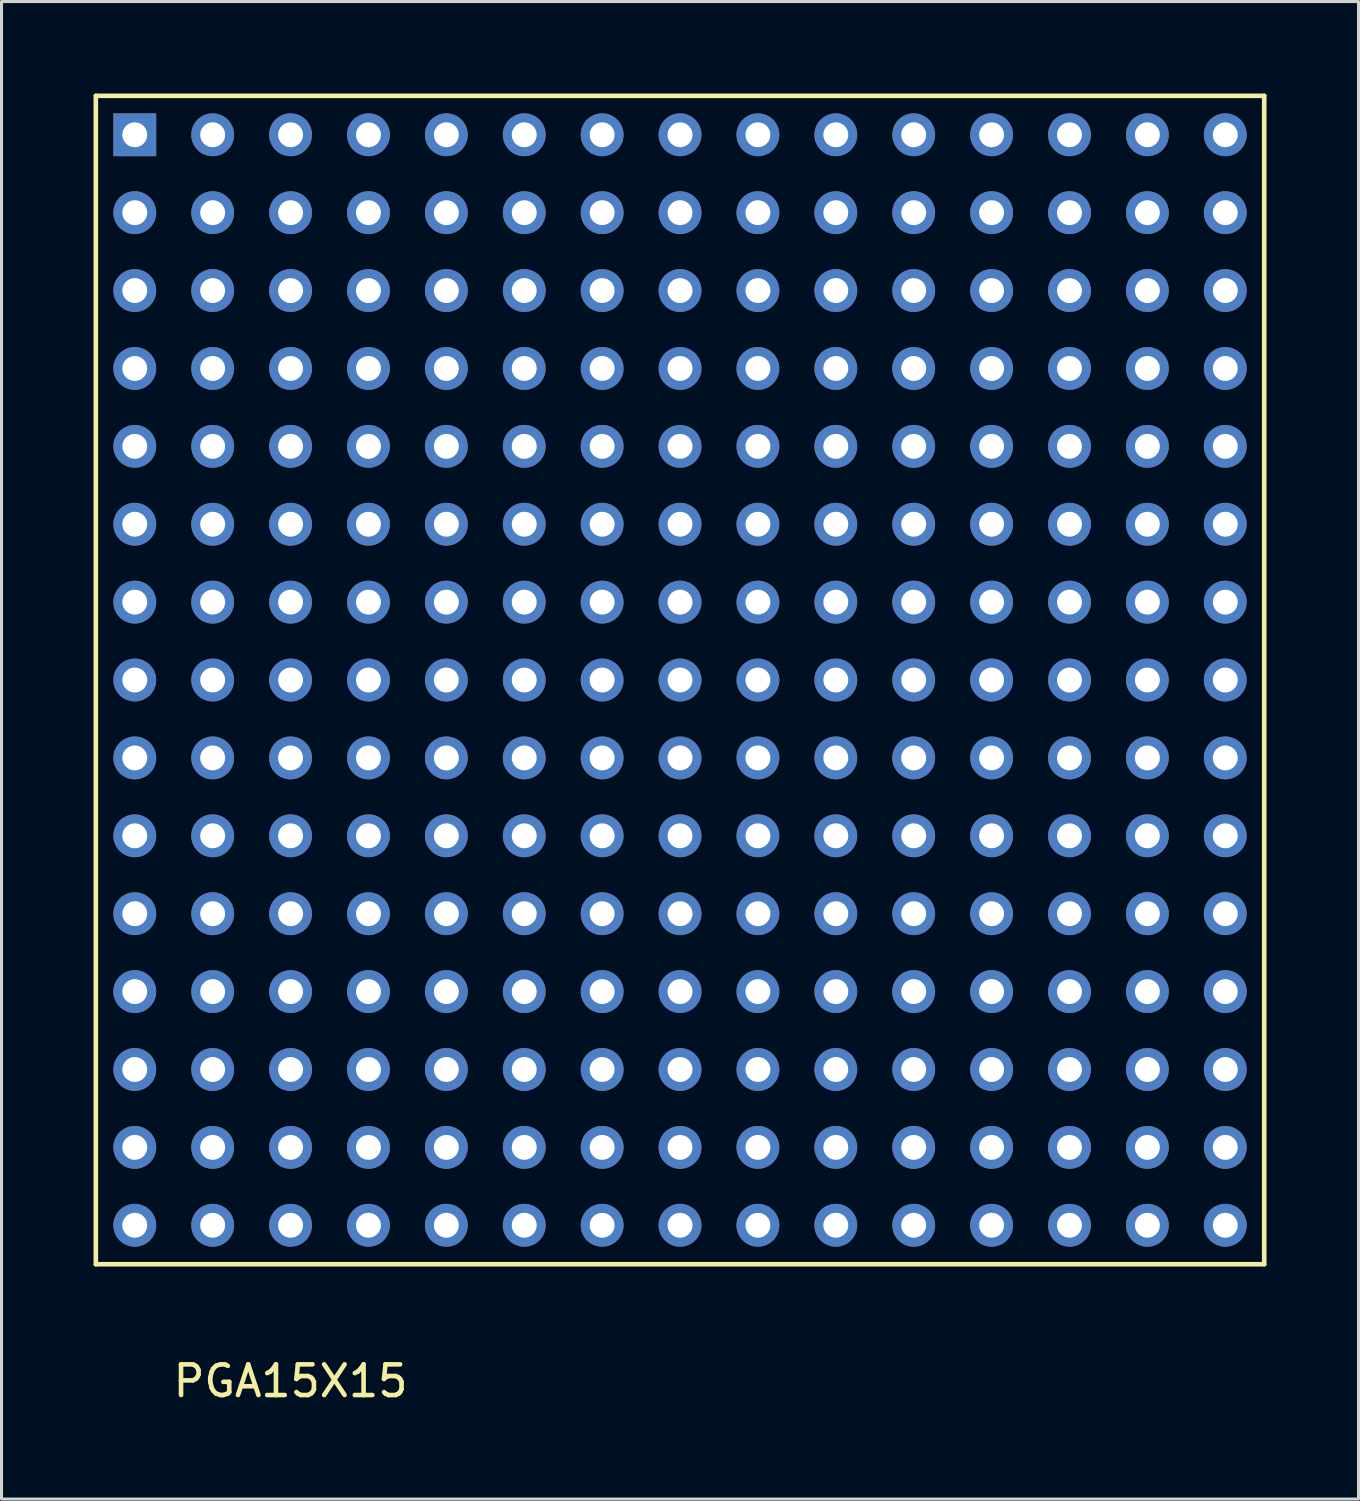
<source format=kicad_pcb>
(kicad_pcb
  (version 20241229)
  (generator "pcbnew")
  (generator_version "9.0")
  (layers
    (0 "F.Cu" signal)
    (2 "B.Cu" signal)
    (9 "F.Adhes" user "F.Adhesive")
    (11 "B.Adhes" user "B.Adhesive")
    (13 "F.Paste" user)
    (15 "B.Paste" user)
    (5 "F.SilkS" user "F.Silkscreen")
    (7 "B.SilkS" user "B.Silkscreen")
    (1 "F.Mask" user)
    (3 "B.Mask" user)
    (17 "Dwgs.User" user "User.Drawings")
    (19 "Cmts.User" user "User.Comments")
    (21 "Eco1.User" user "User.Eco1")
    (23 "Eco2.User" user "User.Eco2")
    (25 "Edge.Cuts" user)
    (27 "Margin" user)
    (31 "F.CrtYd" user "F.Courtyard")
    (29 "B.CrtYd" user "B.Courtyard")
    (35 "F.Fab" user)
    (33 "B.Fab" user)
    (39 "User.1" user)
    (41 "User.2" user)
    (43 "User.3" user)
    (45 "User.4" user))
  (footprint "PGA15X15"
    (layer "F.Cu")
    (at 19.125 19.125)
    (property "Reference" "PGA15X15" (at -12.7 22.86 0) (layer "F.SilkS") (effects (font (size 1 1) (thickness 0.15))))
    (attr through_hole)
    (fp_line (start -19.05 -19.05) (end -19.05 19.05) (stroke (width 0.15) (type solid)) (layer "F.SilkS"))
    (fp_line (start -19.05 19.05) (end 19.05 19.05) (stroke (width 0.15) (type solid)) (layer "F.SilkS"))
    (fp_line (start 19.05 -19.05) (end -19.05 -19.05) (stroke (width 0.15) (type solid)) (layer "F.SilkS"))
    (fp_line (start 19.05 19.05) (end 19.05 -19.05) (stroke (width 0.15) (type solid)) (layer "F.SilkS"))
    (pad "A1" thru_hole rect (at -17.78 -17.78) (size 1.397 1.397) (drill 0.813) (layers "*.Cu" "*.Mask"))
    (pad "A2" thru_hole circle (at -15.24 -17.78) (size 1.397 1.397) (drill 0.813) (layers "*.Cu" "*.Mask"))
    (pad "A3" thru_hole circle (at -12.7 -17.78) (size 1.397 1.397) (drill 0.813) (layers "*.Cu" "*.Mask"))
    (pad "A4" thru_hole circle (at -10.16 -17.78) (size 1.397 1.397) (drill 0.813) (layers "*.Cu" "*.Mask"))
    (pad "A5" thru_hole circle (at -7.62 -17.78) (size 1.397 1.397) (drill 0.813) (layers "*.Cu" "*.Mask"))
    (pad "A6" thru_hole circle (at -5.08 -17.78) (size 1.397 1.397) (drill 0.813) (layers "*.Cu" "*.Mask"))
    (pad "A7" thru_hole circle (at -2.54 -17.78) (size 1.397 1.397) (drill 0.813) (layers "*.Cu" "*.Mask"))
    (pad "A8" thru_hole circle (at 0 -17.78) (size 1.397 1.397) (drill 0.813) (layers "*.Cu" "*.Mask"))
    (pad "A9" thru_hole circle (at 2.54 -17.78) (size 1.397 1.397) (drill 0.813) (layers "*.Cu" "*.Mask"))
    (pad "A10" thru_hole circle (at 5.08 -17.78) (size 1.397 1.397) (drill 0.813) (layers "*.Cu" "*.Mask"))
    (pad "A11" thru_hole circle (at 7.62 -17.78) (size 1.397 1.397) (drill 0.813) (layers "*.Cu" "*.Mask"))
    (pad "A12" thru_hole circle (at 10.16 -17.78) (size 1.397 1.397) (drill 0.813) (layers "*.Cu" "*.Mask"))
    (pad "A13" thru_hole circle (at 12.7 -17.78) (size 1.397 1.397) (drill 0.813) (layers "*.Cu" "*.Mask"))
    (pad "A14" thru_hole circle (at 15.24 -17.78) (size 1.397 1.397) (drill 0.813) (layers "*.Cu" "*.Mask"))
    (pad "A15" thru_hole circle (at 17.78 -17.78) (size 1.397 1.397) (drill 0.813) (layers "*.Cu" "*.Mask"))
    (pad "B1" thru_hole circle (at -17.78 -15.24) (size 1.397 1.397) (drill 0.813) (layers "*.Cu" "*.Mask"))
    (pad "B2" thru_hole circle (at -15.24 -15.24) (size 1.397 1.397) (drill 0.813) (layers "*.Cu" "*.Mask"))
    (pad "B3" thru_hole circle (at -12.7 -15.24) (size 1.397 1.397) (drill 0.813) (layers "*.Cu" "*.Mask"))
    (pad "B4" thru_hole circle (at -10.16 -15.24) (size 1.397 1.397) (drill 0.813) (layers "*.Cu" "*.Mask"))
    (pad "B5" thru_hole circle (at -7.62 -15.24) (size 1.397 1.397) (drill 0.813) (layers "*.Cu" "*.Mask"))
    (pad "B6" thru_hole circle (at -5.08 -15.24) (size 1.397 1.397) (drill 0.813) (layers "*.Cu" "*.Mask"))
    (pad "B7" thru_hole circle (at -2.54 -15.24) (size 1.397 1.397) (drill 0.813) (layers "*.Cu" "*.Mask"))
    (pad "B8" thru_hole circle (at 0 -15.24) (size 1.397 1.397) (drill 0.813) (layers "*.Cu" "*.Mask"))
    (pad "B9" thru_hole circle (at 2.54 -15.24) (size 1.397 1.397) (drill 0.813) (layers "*.Cu" "*.Mask"))
    (pad "B10" thru_hole circle (at 5.08 -15.24) (size 1.397 1.397) (drill 0.813) (layers "*.Cu" "*.Mask"))
    (pad "B11" thru_hole circle (at 7.62 -15.24) (size 1.397 1.397) (drill 0.813) (layers "*.Cu" "*.Mask"))
    (pad "B12" thru_hole circle (at 10.16 -15.24) (size 1.397 1.397) (drill 0.813) (layers "*.Cu" "*.Mask"))
    (pad "B13" thru_hole circle (at 12.7 -15.24) (size 1.397 1.397) (drill 0.813) (layers "*.Cu" "*.Mask"))
    (pad "B14" thru_hole circle (at 15.24 -15.24) (size 1.397 1.397) (drill 0.813) (layers "*.Cu" "*.Mask"))
    (pad "B15" thru_hole circle (at 17.78 -15.24) (size 1.397 1.397) (drill 0.813) (layers "*.Cu" "*.Mask"))
    (pad "C1" thru_hole circle (at -17.78 -12.7) (size 1.397 1.397) (drill 0.813) (layers "*.Cu" "*.Mask"))
    (pad "C2" thru_hole circle (at -15.24 -12.7) (size 1.397 1.397) (drill 0.813) (layers "*.Cu" "*.Mask"))
    (pad "C3" thru_hole circle (at -12.7 -12.7) (size 1.397 1.397) (drill 0.813) (layers "*.Cu" "*.Mask"))
    (pad "C4" thru_hole circle (at -10.16 -12.7) (size 1.397 1.397) (drill 0.813) (layers "*.Cu" "*.Mask"))
    (pad "C5" thru_hole circle (at -7.62 -12.7) (size 1.397 1.397) (drill 0.813) (layers "*.Cu" "*.Mask"))
    (pad "C6" thru_hole circle (at -5.08 -12.7) (size 1.397 1.397) (drill 0.813) (layers "*.Cu" "*.Mask"))
    (pad "C7" thru_hole circle (at -2.54 -12.7) (size 1.397 1.397) (drill 0.813) (layers "*.Cu" "*.Mask"))
    (pad "C8" thru_hole circle (at 0 -12.7) (size 1.397 1.397) (drill 0.813) (layers "*.Cu" "*.Mask"))
    (pad "C9" thru_hole circle (at 2.54 -12.7) (size 1.397 1.397) (drill 0.813) (layers "*.Cu" "*.Mask"))
    (pad "C10" thru_hole circle (at 5.08 -12.7) (size 1.397 1.397) (drill 0.813) (layers "*.Cu" "*.Mask"))
    (pad "C11" thru_hole circle (at 7.62 -12.7) (size 1.397 1.397) (drill 0.813) (layers "*.Cu" "*.Mask"))
    (pad "C12" thru_hole circle (at 10.16 -12.7) (size 1.397 1.397) (drill 0.813) (layers "*.Cu" "*.Mask"))
    (pad "C13" thru_hole circle (at 12.7 -12.7) (size 1.397 1.397) (drill 0.813) (layers "*.Cu" "*.Mask"))
    (pad "C14" thru_hole circle (at 15.24 -12.7) (size 1.397 1.397) (drill 0.813) (layers "*.Cu" "*.Mask"))
    (pad "C15" thru_hole circle (at 17.78 -12.7) (size 1.397 1.397) (drill 0.813) (layers "*.Cu" "*.Mask"))
    (pad "D1" thru_hole circle (at -17.78 -10.16) (size 1.397 1.397) (drill 0.813) (layers "*.Cu" "*.Mask"))
    (pad "D2" thru_hole circle (at -15.24 -10.16) (size 1.397 1.397) (drill 0.813) (layers "*.Cu" "*.Mask"))
    (pad "D3" thru_hole circle (at -12.7 -10.16) (size 1.397 1.397) (drill 0.813) (layers "*.Cu" "*.Mask"))
    (pad "D4" thru_hole circle (at -10.16 -10.16) (size 1.397 1.397) (drill 0.813) (layers "*.Cu" "*.Mask"))
    (pad "D5" thru_hole circle (at -7.62 -10.16) (size 1.397 1.397) (drill 0.813) (layers "*.Cu" "*.Mask"))
    (pad "D6" thru_hole circle (at -5.08 -10.16) (size 1.397 1.397) (drill 0.813) (layers "*.Cu" "*.Mask"))
    (pad "D7" thru_hole circle (at -2.54 -10.16) (size 1.397 1.397) (drill 0.813) (layers "*.Cu" "*.Mask"))
    (pad "D8" thru_hole circle (at 0 -10.16) (size 1.397 1.397) (drill 0.813) (layers "*.Cu" "*.Mask"))
    (pad "D9" thru_hole circle (at 2.54 -10.16) (size 1.397 1.397) (drill 0.813) (layers "*.Cu" "*.Mask"))
    (pad "D10" thru_hole circle (at 5.08 -10.16) (size 1.397 1.397) (drill 0.813) (layers "*.Cu" "*.Mask"))
    (pad "D11" thru_hole circle (at 7.62 -10.16) (size 1.397 1.397) (drill 0.813) (layers "*.Cu" "*.Mask"))
    (pad "D12" thru_hole circle (at 10.16 -10.16) (size 1.397 1.397) (drill 0.813) (layers "*.Cu" "*.Mask"))
    (pad "D13" thru_hole circle (at 12.7 -10.16) (size 1.397 1.397) (drill 0.813) (layers "*.Cu" "*.Mask"))
    (pad "D14" thru_hole circle (at 15.24 -10.16) (size 1.397 1.397) (drill 0.813) (layers "*.Cu" "*.Mask"))
    (pad "D15" thru_hole circle (at 17.78 -10.16) (size 1.397 1.397) (drill 0.813) (layers "*.Cu" "*.Mask"))
    (pad "E1" thru_hole circle (at -17.78 -7.62) (size 1.397 1.397) (drill 0.813) (layers "*.Cu" "*.Mask"))
    (pad "E2" thru_hole circle (at -15.24 -7.62) (size 1.397 1.397) (drill 0.813) (layers "*.Cu" "*.Mask"))
    (pad "E3" thru_hole circle (at -12.7 -7.62) (size 1.397 1.397) (drill 0.813) (layers "*.Cu" "*.Mask"))
    (pad "E4" thru_hole circle (at -10.16 -7.62) (size 1.397 1.397) (drill 0.813) (layers "*.Cu" "*.Mask"))
    (pad "E5" thru_hole circle (at -7.62 -7.62) (size 1.397 1.397) (drill 0.813) (layers "*.Cu" "*.Mask"))
    (pad "E6" thru_hole circle (at -5.08 -7.62) (size 1.397 1.397) (drill 0.813) (layers "*.Cu" "*.Mask"))
    (pad "E7" thru_hole circle (at -2.54 -7.62) (size 1.397 1.397) (drill 0.813) (layers "*.Cu" "*.Mask"))
    (pad "E8" thru_hole circle (at 0 -7.62) (size 1.397 1.397) (drill 0.813) (layers "*.Cu" "*.Mask"))
    (pad "E9" thru_hole circle (at 2.54 -7.62) (size 1.397 1.397) (drill 0.813) (layers "*.Cu" "*.Mask"))
    (pad "E10" thru_hole circle (at 5.08 -7.62) (size 1.397 1.397) (drill 0.813) (layers "*.Cu" "*.Mask"))
    (pad "E11" thru_hole circle (at 7.62 -7.62) (size 1.397 1.397) (drill 0.813) (layers "*.Cu" "*.Mask"))
    (pad "E12" thru_hole circle (at 10.16 -7.62) (size 1.397 1.397) (drill 0.813) (layers "*.Cu" "*.Mask"))
    (pad "E13" thru_hole circle (at 12.7 -7.62) (size 1.397 1.397) (drill 0.813) (layers "*.Cu" "*.Mask"))
    (pad "E14" thru_hole circle (at 15.24 -7.62) (size 1.397 1.397) (drill 0.813) (layers "*.Cu" "*.Mask"))
    (pad "E15" thru_hole circle (at 17.78 -7.62) (size 1.397 1.397) (drill 0.813) (layers "*.Cu" "*.Mask"))
    (pad "F1" thru_hole circle (at -17.78 -5.08) (size 1.397 1.397) (drill 0.813) (layers "*.Cu" "*.Mask"))
    (pad "F2" thru_hole circle (at -15.24 -5.08) (size 1.397 1.397) (drill 0.813) (layers "*.Cu" "*.Mask"))
    (pad "F3" thru_hole circle (at -12.7 -5.08) (size 1.397 1.397) (drill 0.813) (layers "*.Cu" "*.Mask"))
    (pad "F4" thru_hole circle (at -10.16 -5.08) (size 1.397 1.397) (drill 0.813) (layers "*.Cu" "*.Mask"))
    (pad "F5" thru_hole circle (at -7.62 -5.08) (size 1.397 1.397) (drill 0.813) (layers "*.Cu" "*.Mask"))
    (pad "F6" thru_hole circle (at -5.08 -5.08) (size 1.397 1.397) (drill 0.813) (layers "*.Cu" "*.Mask"))
    (pad "F7" thru_hole circle (at -2.54 -5.08) (size 1.397 1.397) (drill 0.813) (layers "*.Cu" "*.Mask"))
    (pad "F8" thru_hole circle (at 0 -5.08) (size 1.397 1.397) (drill 0.813) (layers "*.Cu" "*.Mask"))
    (pad "F9" thru_hole circle (at 2.54 -5.08) (size 1.397 1.397) (drill 0.813) (layers "*.Cu" "*.Mask"))
    (pad "F10" thru_hole circle (at 5.08 -5.08) (size 1.397 1.397) (drill 0.813) (layers "*.Cu" "*.Mask"))
    (pad "F11" thru_hole circle (at 7.62 -5.08) (size 1.397 1.397) (drill 0.813) (layers "*.Cu" "*.Mask"))
    (pad "F12" thru_hole circle (at 10.16 -5.08) (size 1.397 1.397) (drill 0.813) (layers "*.Cu" "*.Mask"))
    (pad "F13" thru_hole circle (at 12.7 -5.08) (size 1.397 1.397) (drill 0.813) (layers "*.Cu" "*.Mask"))
    (pad "F14" thru_hole circle (at 15.24 -5.08) (size 1.397 1.397) (drill 0.813) (layers "*.Cu" "*.Mask"))
    (pad "F15" thru_hole circle (at 17.78 -5.08) (size 1.397 1.397) (drill 0.813) (layers "*.Cu" "*.Mask"))
    (pad "G1" thru_hole circle (at -17.78 -2.54) (size 1.397 1.397) (drill 0.813) (layers "*.Cu" "*.Mask"))
    (pad "G2" thru_hole circle (at -15.24 -2.54) (size 1.397 1.397) (drill 0.813) (layers "*.Cu" "*.Mask"))
    (pad "G3" thru_hole circle (at -12.7 -2.54) (size 1.397 1.397) (drill 0.813) (layers "*.Cu" "*.Mask"))
    (pad "G4" thru_hole circle (at -10.16 -2.54) (size 1.397 1.397) (drill 0.813) (layers "*.Cu" "*.Mask"))
    (pad "G5" thru_hole circle (at -7.62 -2.54) (size 1.397 1.397) (drill 0.813) (layers "*.Cu" "*.Mask"))
    (pad "G6" thru_hole circle (at -5.08 -2.54) (size 1.397 1.397) (drill 0.813) (layers "*.Cu" "*.Mask"))
    (pad "G7" thru_hole circle (at -2.54 -2.54) (size 1.397 1.397) (drill 0.813) (layers "*.Cu" "*.Mask"))
    (pad "G8" thru_hole circle (at 0 -2.54) (size 1.397 1.397) (drill 0.813) (layers "*.Cu" "*.Mask"))
    (pad "G9" thru_hole circle (at 2.54 -2.54) (size 1.397 1.397) (drill 0.813) (layers "*.Cu" "*.Mask"))
    (pad "G10" thru_hole circle (at 5.08 -2.54) (size 1.397 1.397) (drill 0.813) (layers "*.Cu" "*.Mask"))
    (pad "G11" thru_hole circle (at 7.62 -2.54) (size 1.397 1.397) (drill 0.813) (layers "*.Cu" "*.Mask"))
    (pad "G12" thru_hole circle (at 10.16 -2.54) (size 1.397 1.397) (drill 0.813) (layers "*.Cu" "*.Mask"))
    (pad "G13" thru_hole circle (at 12.7 -2.54) (size 1.397 1.397) (drill 0.813) (layers "*.Cu" "*.Mask"))
    (pad "G14" thru_hole circle (at 15.24 -2.54) (size 1.397 1.397) (drill 0.813) (layers "*.Cu" "*.Mask"))
    (pad "G15" thru_hole circle (at 17.78 -2.54) (size 1.397 1.397) (drill 0.813) (layers "*.Cu" "*.Mask"))
    (pad "H1" thru_hole circle (at -17.78 0) (size 1.397 1.397) (drill 0.813) (layers "*.Cu" "*.Mask"))
    (pad "H2" thru_hole circle (at -15.24 0) (size 1.397 1.397) (drill 0.813) (layers "*.Cu" "*.Mask"))
    (pad "H3" thru_hole circle (at -12.7 0) (size 1.397 1.397) (drill 0.813) (layers "*.Cu" "*.Mask"))
    (pad "H4" thru_hole circle (at -10.16 0) (size 1.397 1.397) (drill 0.813) (layers "*.Cu" "*.Mask"))
    (pad "H5" thru_hole circle (at -7.62 0) (size 1.397 1.397) (drill 0.813) (layers "*.Cu" "*.Mask"))
    (pad "H6" thru_hole circle (at -5.08 0) (size 1.397 1.397) (drill 0.813) (layers "*.Cu" "*.Mask"))
    (pad "H7" thru_hole circle (at -2.54 0) (size 1.397 1.397) (drill 0.813) (layers "*.Cu" "*.Mask"))
    (pad "H8" thru_hole circle (at 0 0) (size 1.397 1.397) (drill 0.813) (layers "*.Cu" "*.Mask"))
    (pad "H9" thru_hole circle (at 2.54 0) (size 1.397 1.397) (drill 0.813) (layers "*.Cu" "*.Mask"))
    (pad "H10" thru_hole circle (at 5.08 0) (size 1.397 1.397) (drill 0.813) (layers "*.Cu" "*.Mask"))
    (pad "H11" thru_hole circle (at 7.62 0) (size 1.397 1.397) (drill 0.813) (layers "*.Cu" "*.Mask"))
    (pad "H12" thru_hole circle (at 10.16 0) (size 1.397 1.397) (drill 0.813) (layers "*.Cu" "*.Mask"))
    (pad "H13" thru_hole circle (at 12.7 0) (size 1.397 1.397) (drill 0.813) (layers "*.Cu" "*.Mask"))
    (pad "H14" thru_hole circle (at 15.24 0) (size 1.397 1.397) (drill 0.813) (layers "*.Cu" "*.Mask"))
    (pad "H15" thru_hole circle (at 17.78 0) (size 1.397 1.397) (drill 0.813) (layers "*.Cu" "*.Mask"))
    (pad "J1" thru_hole circle (at -17.78 2.54) (size 1.397 1.397) (drill 0.813) (layers "*.Cu" "*.Mask"))
    (pad "J2" thru_hole circle (at -15.24 2.54) (size 1.397 1.397) (drill 0.813) (layers "*.Cu" "*.Mask"))
    (pad "J3" thru_hole circle (at -12.7 2.54) (size 1.397 1.397) (drill 0.813) (layers "*.Cu" "*.Mask"))
    (pad "J4" thru_hole circle (at -10.16 2.54) (size 1.397 1.397) (drill 0.813) (layers "*.Cu" "*.Mask"))
    (pad "J5" thru_hole circle (at -7.62 2.54) (size 1.397 1.397) (drill 0.813) (layers "*.Cu" "*.Mask"))
    (pad "J6" thru_hole circle (at -5.08 2.54) (size 1.397 1.397) (drill 0.813) (layers "*.Cu" "*.Mask"))
    (pad "J7" thru_hole circle (at -2.54 2.54) (size 1.397 1.397) (drill 0.813) (layers "*.Cu" "*.Mask"))
    (pad "J8" thru_hole circle (at 0 2.54) (size 1.397 1.397) (drill 0.813) (layers "*.Cu" "*.Mask"))
    (pad "J9" thru_hole circle (at 2.54 2.54) (size 1.397 1.397) (drill 0.813) (layers "*.Cu" "*.Mask"))
    (pad "J10" thru_hole circle (at 5.08 2.54) (size 1.397 1.397) (drill 0.813) (layers "*.Cu" "*.Mask"))
    (pad "J11" thru_hole circle (at 7.62 2.54) (size 1.397 1.397) (drill 0.813) (layers "*.Cu" "*.Mask"))
    (pad "J12" thru_hole circle (at 10.16 2.54) (size 1.397 1.397) (drill 0.813) (layers "*.Cu" "*.Mask"))
    (pad "J13" thru_hole circle (at 12.7 2.54) (size 1.397 1.397) (drill 0.813) (layers "*.Cu" "*.Mask"))
    (pad "J14" thru_hole circle (at 15.24 2.54) (size 1.397 1.397) (drill 0.813) (layers "*.Cu" "*.Mask"))
    (pad "J15" thru_hole circle (at 17.78 2.54) (size 1.397 1.397) (drill 0.813) (layers "*.Cu" "*.Mask"))
    (pad "K1" thru_hole circle (at -17.78 5.08) (size 1.397 1.397) (drill 0.813) (layers "*.Cu" "*.Mask"))
    (pad "K2" thru_hole circle (at -15.24 5.08) (size 1.397 1.397) (drill 0.813) (layers "*.Cu" "*.Mask"))
    (pad "K3" thru_hole circle (at -12.7 5.08) (size 1.397 1.397) (drill 0.813) (layers "*.Cu" "*.Mask"))
    (pad "K4" thru_hole circle (at -10.16 5.08) (size 1.397 1.397) (drill 0.813) (layers "*.Cu" "*.Mask"))
    (pad "K5" thru_hole circle (at -7.62 5.08) (size 1.397 1.397) (drill 0.813) (layers "*.Cu" "*.Mask"))
    (pad "K6" thru_hole circle (at -5.08 5.08) (size 1.397 1.397) (drill 0.813) (layers "*.Cu" "*.Mask"))
    (pad "K7" thru_hole circle (at -2.54 5.08) (size 1.397 1.397) (drill 0.813) (layers "*.Cu" "*.Mask"))
    (pad "K8" thru_hole circle (at 0 5.08) (size 1.397 1.397) (drill 0.813) (layers "*.Cu" "*.Mask"))
    (pad "K9" thru_hole circle (at 2.54 5.08) (size 1.397 1.397) (drill 0.813) (layers "*.Cu" "*.Mask"))
    (pad "K10" thru_hole circle (at 5.08 5.08) (size 1.397 1.397) (drill 0.813) (layers "*.Cu" "*.Mask"))
    (pad "K11" thru_hole circle (at 7.62 5.08) (size 1.397 1.397) (drill 0.813) (layers "*.Cu" "*.Mask"))
    (pad "K12" thru_hole circle (at 10.16 5.08) (size 1.397 1.397) (drill 0.813) (layers "*.Cu" "*.Mask"))
    (pad "K13" thru_hole circle (at 12.7 5.08) (size 1.397 1.397) (drill 0.813) (layers "*.Cu" "*.Mask"))
    (pad "K14" thru_hole circle (at 15.24 5.08) (size 1.397 1.397) (drill 0.813) (layers "*.Cu" "*.Mask"))
    (pad "K15" thru_hole circle (at 17.78 5.08) (size 1.397 1.397) (drill 0.813) (layers "*.Cu" "*.Mask"))
    (pad "L1" thru_hole circle (at -17.78 7.62) (size 1.397 1.397) (drill 0.813) (layers "*.Cu" "*.Mask"))
    (pad "L2" thru_hole circle (at -15.24 7.62) (size 1.397 1.397) (drill 0.813) (layers "*.Cu" "*.Mask"))
    (pad "L3" thru_hole circle (at -12.7 7.62) (size 1.397 1.397) (drill 0.813) (layers "*.Cu" "*.Mask"))
    (pad "L4" thru_hole circle (at -10.16 7.62) (size 1.397 1.397) (drill 0.813) (layers "*.Cu" "*.Mask"))
    (pad "L5" thru_hole circle (at -7.62 7.62) (size 1.397 1.397) (drill 0.813) (layers "*.Cu" "*.Mask"))
    (pad "L6" thru_hole circle (at -5.08 7.62) (size 1.397 1.397) (drill 0.813) (layers "*.Cu" "*.Mask"))
    (pad "L7" thru_hole circle (at -2.54 7.62) (size 1.397 1.397) (drill 0.813) (layers "*.Cu" "*.Mask"))
    (pad "L8" thru_hole circle (at 0 7.62) (size 1.397 1.397) (drill 0.813) (layers "*.Cu" "*.Mask"))
    (pad "L9" thru_hole circle (at 2.54 7.62) (size 1.397 1.397) (drill 0.813) (layers "*.Cu" "*.Mask"))
    (pad "L10" thru_hole circle (at 5.08 7.62) (size 1.397 1.397) (drill 0.813) (layers "*.Cu" "*.Mask"))
    (pad "L11" thru_hole circle (at 7.62 7.62) (size 1.397 1.397) (drill 0.813) (layers "*.Cu" "*.Mask"))
    (pad "L12" thru_hole circle (at 10.16 7.62) (size 1.397 1.397) (drill 0.813) (layers "*.Cu" "*.Mask"))
    (pad "L13" thru_hole circle (at 12.7 7.62) (size 1.397 1.397) (drill 0.813) (layers "*.Cu" "*.Mask"))
    (pad "L14" thru_hole circle (at 15.24 7.62) (size 1.397 1.397) (drill 0.813) (layers "*.Cu" "*.Mask"))
    (pad "L15" thru_hole circle (at 17.78 7.62) (size 1.397 1.397) (drill 0.813) (layers "*.Cu" "*.Mask"))
    (pad "M1" thru_hole circle (at -17.78 10.16) (size 1.397 1.397) (drill 0.813) (layers "*.Cu" "*.Mask"))
    (pad "M2" thru_hole circle (at -15.24 10.16) (size 1.397 1.397) (drill 0.813) (layers "*.Cu" "*.Mask"))
    (pad "M3" thru_hole circle (at -12.7 10.16) (size 1.397 1.397) (drill 0.813) (layers "*.Cu" "*.Mask"))
    (pad "M4" thru_hole circle (at -10.16 10.16) (size 1.397 1.397) (drill 0.813) (layers "*.Cu" "*.Mask"))
    (pad "M5" thru_hole circle (at -7.62 10.16) (size 1.397 1.397) (drill 0.813) (layers "*.Cu" "*.Mask"))
    (pad "M6" thru_hole circle (at -5.08 10.16) (size 1.397 1.397) (drill 0.813) (layers "*.Cu" "*.Mask"))
    (pad "M7" thru_hole circle (at -2.54 10.16) (size 1.397 1.397) (drill 0.813) (layers "*.Cu" "*.Mask"))
    (pad "M8" thru_hole circle (at 0 10.16) (size 1.397 1.397) (drill 0.813) (layers "*.Cu" "*.Mask"))
    (pad "M9" thru_hole circle (at 2.54 10.16) (size 1.397 1.397) (drill 0.813) (layers "*.Cu" "*.Mask"))
    (pad "M10" thru_hole circle (at 5.08 10.16) (size 1.397 1.397) (drill 0.813) (layers "*.Cu" "*.Mask"))
    (pad "M11" thru_hole circle (at 7.62 10.16) (size 1.397 1.397) (drill 0.813) (layers "*.Cu" "*.Mask"))
    (pad "M12" thru_hole circle (at 10.16 10.16) (size 1.397 1.397) (drill 0.813) (layers "*.Cu" "*.Mask"))
    (pad "M13" thru_hole circle (at 12.7 10.16) (size 1.397 1.397) (drill 0.813) (layers "*.Cu" "*.Mask"))
    (pad "M14" thru_hole circle (at 15.24 10.16) (size 1.397 1.397) (drill 0.813) (layers "*.Cu" "*.Mask"))
    (pad "M15" thru_hole circle (at 17.78 10.16) (size 1.397 1.397) (drill 0.813) (layers "*.Cu" "*.Mask"))
    (pad "N1" thru_hole circle (at -17.78 12.7) (size 1.397 1.397) (drill 0.813) (layers "*.Cu" "*.Mask"))
    (pad "N2" thru_hole circle (at -15.24 12.7) (size 1.397 1.397) (drill 0.813) (layers "*.Cu" "*.Mask"))
    (pad "N3" thru_hole circle (at -12.7 12.7) (size 1.397 1.397) (drill 0.813) (layers "*.Cu" "*.Mask"))
    (pad "N4" thru_hole circle (at -10.16 12.7) (size 1.397 1.397) (drill 0.813) (layers "*.Cu" "*.Mask"))
    (pad "N5" thru_hole circle (at -7.62 12.7) (size 1.397 1.397) (drill 0.813) (layers "*.Cu" "*.Mask"))
    (pad "N6" thru_hole circle (at -5.08 12.7) (size 1.397 1.397) (drill 0.813) (layers "*.Cu" "*.Mask"))
    (pad "N7" thru_hole circle (at -2.54 12.7) (size 1.397 1.397) (drill 0.813) (layers "*.Cu" "*.Mask"))
    (pad "N8" thru_hole circle (at 0 12.7) (size 1.397 1.397) (drill 0.813) (layers "*.Cu" "*.Mask"))
    (pad "N9" thru_hole circle (at 2.54 12.7) (size 1.397 1.397) (drill 0.813) (layers "*.Cu" "*.Mask"))
    (pad "N10" thru_hole circle (at 5.08 12.7) (size 1.397 1.397) (drill 0.813) (layers "*.Cu" "*.Mask"))
    (pad "N11" thru_hole circle (at 7.62 12.7) (size 1.397 1.397) (drill 0.813) (layers "*.Cu" "*.Mask"))
    (pad "N12" thru_hole circle (at 10.16 12.7) (size 1.397 1.397) (drill 0.813) (layers "*.Cu" "*.Mask"))
    (pad "N13" thru_hole circle (at 12.7 12.7) (size 1.397 1.397) (drill 0.813) (layers "*.Cu" "*.Mask"))
    (pad "N14" thru_hole circle (at 15.24 12.7) (size 1.397 1.397) (drill 0.813) (layers "*.Cu" "*.Mask"))
    (pad "N15" thru_hole circle (at 17.78 12.7) (size 1.397 1.397) (drill 0.813) (layers "*.Cu" "*.Mask"))
    (pad "P1" thru_hole circle (at -17.78 15.24) (size 1.397 1.397) (drill 0.813) (layers "*.Cu" "*.Mask"))
    (pad "P2" thru_hole circle (at -15.24 15.24) (size 1.397 1.397) (drill 0.813) (layers "*.Cu" "*.Mask"))
    (pad "P3" thru_hole circle (at -12.7 15.24) (size 1.397 1.397) (drill 0.813) (layers "*.Cu" "*.Mask"))
    (pad "P4" thru_hole circle (at -10.16 15.24) (size 1.397 1.397) (drill 0.813) (layers "*.Cu" "*.Mask"))
    (pad "P5" thru_hole circle (at -7.62 15.24) (size 1.397 1.397) (drill 0.813) (layers "*.Cu" "*.Mask"))
    (pad "P6" thru_hole circle (at -5.08 15.24) (size 1.397 1.397) (drill 0.813) (layers "*.Cu" "*.Mask"))
    (pad "P7" thru_hole circle (at -2.54 15.24) (size 1.397 1.397) (drill 0.813) (layers "*.Cu" "*.Mask"))
    (pad "P8" thru_hole circle (at 0 15.24) (size 1.397 1.397) (drill 0.813) (layers "*.Cu" "*.Mask"))
    (pad "P9" thru_hole circle (at 2.54 15.24) (size 1.397 1.397) (drill 0.813) (layers "*.Cu" "*.Mask"))
    (pad "P10" thru_hole circle (at 5.08 15.24) (size 1.397 1.397) (drill 0.813) (layers "*.Cu" "*.Mask"))
    (pad "P11" thru_hole circle (at 7.62 15.24) (size 1.397 1.397) (drill 0.813) (layers "*.Cu" "*.Mask"))
    (pad "P12" thru_hole circle (at 10.16 15.24) (size 1.397 1.397) (drill 0.813) (layers "*.Cu" "*.Mask"))
    (pad "P13" thru_hole circle (at 12.7 15.24) (size 1.397 1.397) (drill 0.813) (layers "*.Cu" "*.Mask"))
    (pad "P14" thru_hole circle (at 15.24 15.24) (size 1.397 1.397) (drill 0.813) (layers "*.Cu" "*.Mask"))
    (pad "P15" thru_hole circle (at 17.78 15.24) (size 1.397 1.397) (drill 0.813) (layers "*.Cu" "*.Mask"))
    (pad "Q1" thru_hole circle (at -17.78 17.78) (size 1.397 1.397) (drill 0.813) (layers "*.Cu" "*.Mask"))
    (pad "Q2" thru_hole circle (at -15.24 17.78) (size 1.397 1.397) (drill 0.813) (layers "*.Cu" "*.Mask"))
    (pad "Q3" thru_hole circle (at -12.7 17.78) (size 1.397 1.397) (drill 0.813) (layers "*.Cu" "*.Mask"))
    (pad "Q4" thru_hole circle (at -10.16 17.78) (size 1.397 1.397) (drill 0.813) (layers "*.Cu" "*.Mask"))
    (pad "Q5" thru_hole circle (at -7.62 17.78) (size 1.397 1.397) (drill 0.813) (layers "*.Cu" "*.Mask"))
    (pad "Q6" thru_hole circle (at -5.08 17.78) (size 1.397 1.397) (drill 0.813) (layers "*.Cu" "*.Mask"))
    (pad "Q7" thru_hole circle (at -2.54 17.78) (size 1.397 1.397) (drill 0.813) (layers "*.Cu" "*.Mask"))
    (pad "Q8" thru_hole circle (at 0 17.78) (size 1.397 1.397) (drill 0.813) (layers "*.Cu" "*.Mask"))
    (pad "Q9" thru_hole circle (at 2.54 17.78) (size 1.397 1.397) (drill 0.813) (layers "*.Cu" "*.Mask"))
    (pad "Q10" thru_hole circle (at 5.08 17.78) (size 1.397 1.397) (drill 0.813) (layers "*.Cu" "*.Mask"))
    (pad "Q11" thru_hole circle (at 7.62 17.78) (size 1.397 1.397) (drill 0.813) (layers "*.Cu" "*.Mask"))
    (pad "Q12" thru_hole circle (at 10.16 17.78) (size 1.397 1.397) (drill 0.813) (layers "*.Cu" "*.Mask"))
    (pad "Q13" thru_hole circle (at 12.7 17.78) (size 1.397 1.397) (drill 0.813) (layers "*.Cu" "*.Mask"))
    (pad "Q14" thru_hole circle (at 15.24 17.78) (size 1.397 1.397) (drill 0.813) (layers "*.Cu" "*.Mask"))
    (pad "Q15" thru_hole circle (at 17.78 17.78) (size 1.397 1.397) (drill 0.813) (layers "*.Cu" "*.Mask")))
  (gr_rect
    (start -3 -3)
    (end 41.25 45.833)
    (stroke (width 0.1) (type default))
    (fill no)
    (layer "Edge.Cuts")))
</source>
